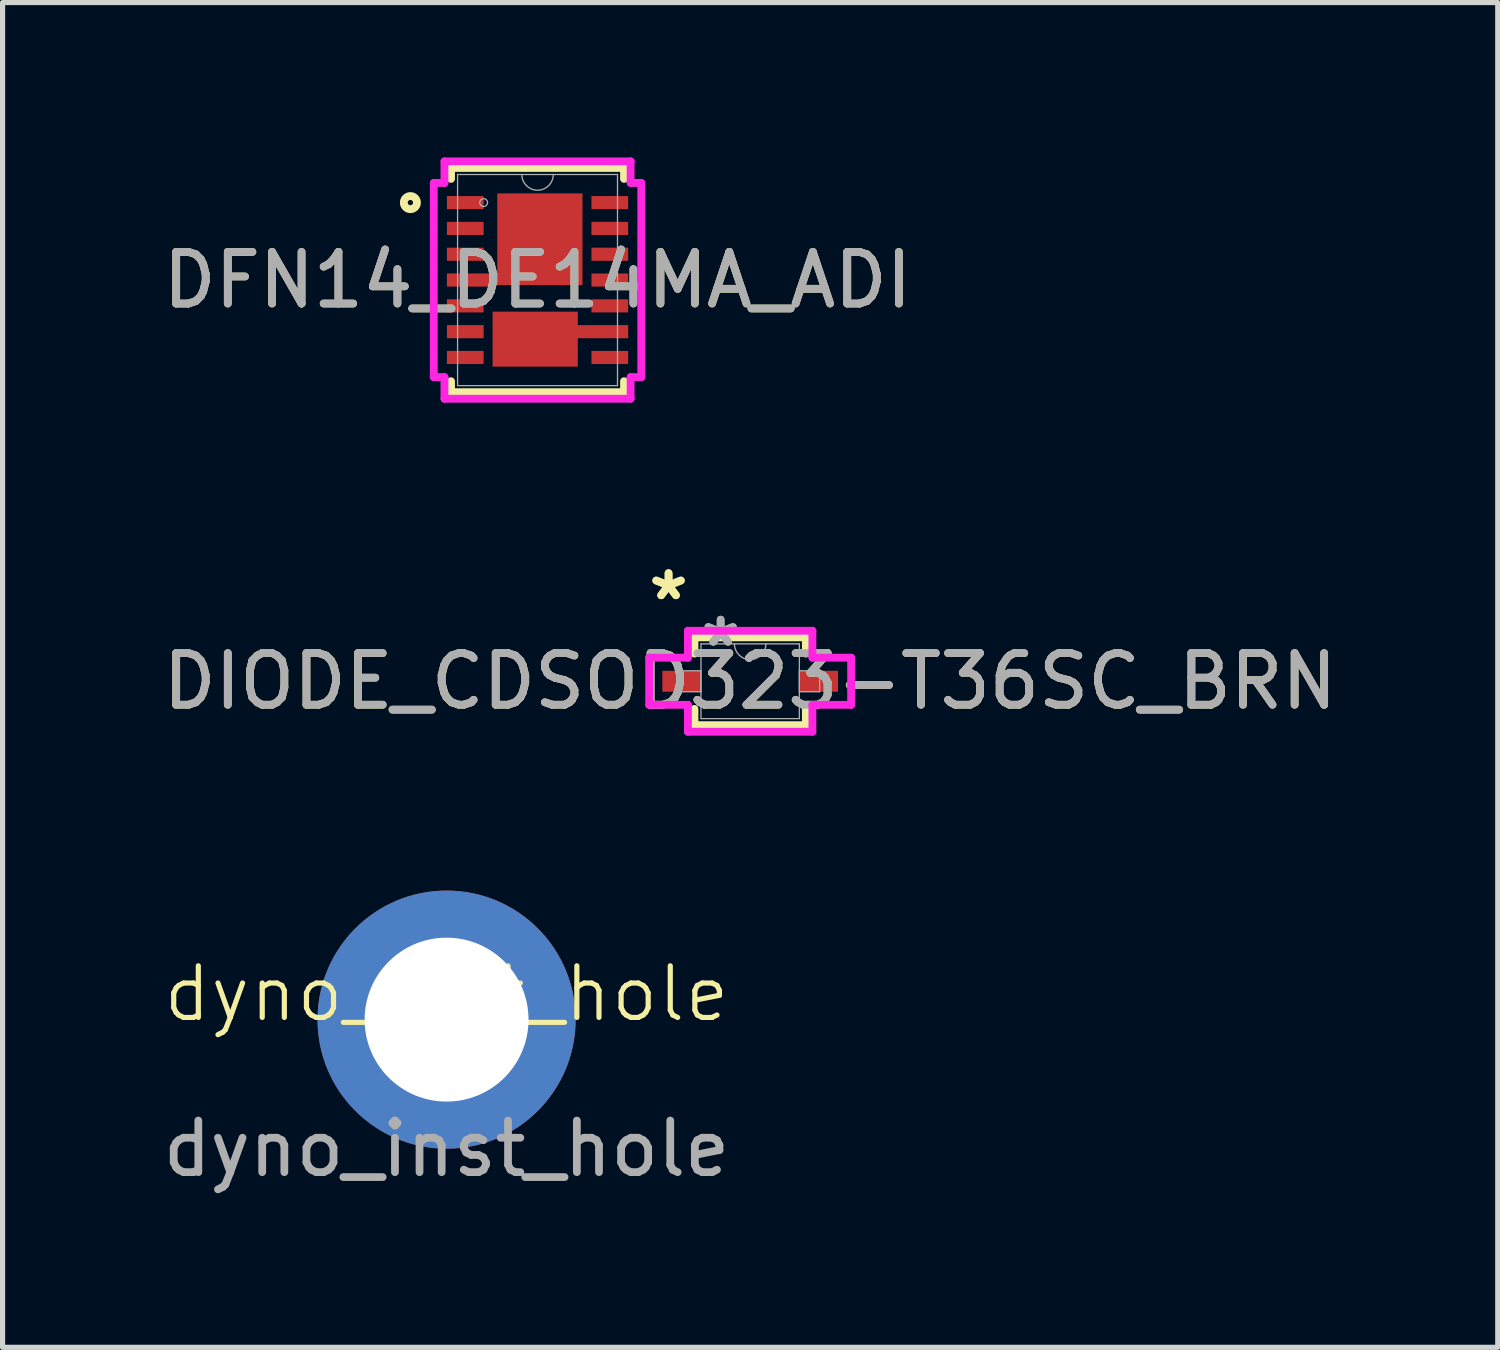
<source format=kicad_pcb>
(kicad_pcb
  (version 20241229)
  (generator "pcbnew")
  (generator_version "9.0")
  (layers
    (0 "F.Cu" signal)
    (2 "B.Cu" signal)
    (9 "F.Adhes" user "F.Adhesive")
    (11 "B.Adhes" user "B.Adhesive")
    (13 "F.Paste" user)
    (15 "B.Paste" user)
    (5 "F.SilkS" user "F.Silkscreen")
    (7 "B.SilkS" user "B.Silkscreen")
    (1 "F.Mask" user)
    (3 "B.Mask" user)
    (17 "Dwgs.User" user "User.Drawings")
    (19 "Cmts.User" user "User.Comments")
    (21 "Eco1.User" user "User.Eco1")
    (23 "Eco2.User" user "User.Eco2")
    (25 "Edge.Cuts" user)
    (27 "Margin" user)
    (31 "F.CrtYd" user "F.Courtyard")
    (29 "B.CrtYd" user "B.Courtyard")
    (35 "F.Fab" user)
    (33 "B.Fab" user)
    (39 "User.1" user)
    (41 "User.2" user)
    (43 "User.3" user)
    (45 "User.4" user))
  (footprint "dyno_inst_hole"
    (layer "F.Cu")
    (at 5.601 16.702)
    (property "Reference" "dyno_inst_hole" (at 0 -0.5 0) (unlocked yes) (layer "F.SilkS") (effects (font (size 1 1) (thickness 0.1))))
    (attr smd)
    (fp_text user "${REFERENCE}" (at 0 2.5 0) (unlocked yes) (layer "F.Fab") (effects (font (size 1 1) (thickness 0.15))))
    (pad "1" thru_hole circle (at 0 0) (size 5 5) (drill 3.175) (layers "*.Cu" "*.Mask")))
  (footprint "DIODE_CDSOD323-T36SC_BRN"
    (layer "F.Cu")
    (at 11.482 10.147)
    (property "Reference" "DIODE_CDSOD323-T36SC_BRN" (at 0 0 0) (unlocked yes) (layer "F.SilkS") (effects (font (size 1 1) (thickness 0.15))))
    (attr smd)
    (fp_line (start -1.079 -0.851) (end -1.079 -0.536) (stroke (width 0.152) (type solid)) (layer "F.SilkS"))
    (fp_line (start -1.079 0.536) (end -1.079 0.851) (stroke (width 0.152) (type solid)) (layer "F.SilkS"))
    (fp_line (start -1.079 0.851) (end 1.079 0.851) (stroke (width 0.152) (type solid)) (layer "F.SilkS"))
    (fp_line (start 1.079 -0.851) (end -1.079 -0.851) (stroke (width 0.152) (type solid)) (layer "F.SilkS"))
    (fp_line (start 1.079 -0.536) (end 1.079 -0.851) (stroke (width 0.152) (type solid)) (layer "F.SilkS"))
    (fp_line (start 1.079 0.851) (end 1.079 0.536) (stroke (width 0.152) (type solid)) (layer "F.SilkS"))
    (fp_line (start -1.956 -0.457) (end -1.206 -0.457) (stroke (width 0.152) (type solid)) (layer "F.CrtYd"))
    (fp_line (start -1.956 0.457) (end -1.956 -0.457) (stroke (width 0.152) (type solid)) (layer "F.CrtYd"))
    (fp_line (start -1.956 0.457) (end -1.206 0.457) (stroke (width 0.152) (type solid)) (layer "F.CrtYd"))
    (fp_line (start -1.206 -0.978) (end 1.206 -0.978) (stroke (width 0.152) (type solid)) (layer "F.CrtYd"))
    (fp_line (start -1.206 -0.457) (end -1.206 -0.978) (stroke (width 0.152) (type solid)) (layer "F.CrtYd"))
    (fp_line (start -1.206 0.978) (end -1.206 0.457) (stroke (width 0.152) (type solid)) (layer "F.CrtYd"))
    (fp_line (start 1.206 -0.978) (end 1.206 -0.457) (stroke (width 0.152) (type solid)) (layer "F.CrtYd"))
    (fp_line (start 1.206 0.457) (end 1.206 0.978) (stroke (width 0.152) (type solid)) (layer "F.CrtYd"))
    (fp_line (start 1.206 0.978) (end -1.206 0.978) (stroke (width 0.152) (type solid)) (layer "F.CrtYd"))
    (fp_line (start 1.956 -0.457) (end 1.206 -0.457) (stroke (width 0.152) (type solid)) (layer "F.CrtYd"))
    (fp_line (start 1.956 -0.457) (end 1.956 0.457) (stroke (width 0.152) (type solid)) (layer "F.CrtYd"))
    (fp_line (start 1.956 0.457) (end 1.206 0.457) (stroke (width 0.152) (type solid)) (layer "F.CrtYd"))
    (fp_line (start -1.346 -0.203) (end -1.346 0.203) (stroke (width 0.025) (type solid)) (layer "F.Fab"))
    (fp_line (start -1.346 0.203) (end -0.953 0.203) (stroke (width 0.025) (type solid)) (layer "F.Fab"))
    (fp_line (start -0.953 -0.724) (end -0.953 0.724) (stroke (width 0.025) (type solid)) (layer "F.Fab"))
    (fp_line (start -0.953 -0.203) (end -1.346 -0.203) (stroke (width 0.025) (type solid)) (layer "F.Fab"))
    (fp_line (start -0.953 0.203) (end -0.953 -0.203) (stroke (width 0.025) (type solid)) (layer "F.Fab"))
    (fp_line (start -0.953 0.724) (end 0.953 0.724) (stroke (width 0.025) (type solid)) (layer "F.Fab"))
    (fp_line (start 0.953 -0.724) (end -0.953 -0.724) (stroke (width 0.025) (type solid)) (layer "F.Fab"))
    (fp_line (start 0.953 -0.203) (end 0.953 0.203) (stroke (width 0.025) (type solid)) (layer "F.Fab"))
    (fp_line (start 0.953 0.203) (end 1.346 0.203) (stroke (width 0.025) (type solid)) (layer "F.Fab"))
    (fp_line (start 0.953 0.724) (end 0.953 -0.724) (stroke (width 0.025) (type solid)) (layer "F.Fab"))
    (fp_line (start 1.346 -0.203) (end 0.953 -0.203) (stroke (width 0.025) (type solid)) (layer "F.Fab"))
    (fp_line (start 1.346 0.203) (end 1.346 -0.203) (stroke (width 0.025) (type solid)) (layer "F.Fab"))
    (fp_arc (start 0.3048 -0.7239) (mid 0 -0.4191) (end -0.3048 -0.7239) (stroke (width 0.0254) (type solid)) (layer "F.Fab"))
    (fp_text user "*" (at -1.581 -1.549 0) (layer "F.SilkS") (effects (font (size 1 1) (thickness 0.15))))
    (fp_text user "*" (at -1.581 -1.549 0) (unlocked yes) (layer "F.SilkS") (effects (font (size 1 1) (thickness 0.15))))
    (fp_text user "${REFERENCE}" (at 0 0 0) (unlocked yes) (layer "F.Fab") (effects (font (size 1 1) (thickness 0.15))))
    (fp_text user "*" (at -0.572 -0.648 0) (unlocked yes) (layer "F.Fab") (effects (font (size 1 1) (thickness 0.15))))
    (fp_text user "*" (at -0.572 -0.648 0) (layer "F.Fab") (effects (font (size 1 1) (thickness 0.15))))
    (pad "1" smd rect (at -1.327 0) (size 0.749 0.406) (layers "F.Cu" "F.Mask" "F.Paste"))
    (pad "2" smd rect (at 1.327 0) (size 0.749 0.406) (layers "F.Cu" "F.Mask" "F.Paste")))
  (footprint "DFN14_DE14MA_ADI"
    (layer "F.Cu")
    (at 7.363 2.375)
    (property "Reference" "DFN14_DE14MA_ADI" (at 0 0 0) (unlocked yes) (layer "F.SilkS") (effects (font (size 1 1) (thickness 0.15))))
    (attr smd)
    (fp_poly (pts (xy -0.78 -1.679) (xy -0.78 -0.127) (xy -1.756 -0.127) (xy -1.756 0.127) (xy -0.892 0.127) (xy -0.78 0.099) (xy 0.871 0.099) (xy 0.871 -1.679)) (stroke (width 0) (type solid)) (fill yes) (layer "F.Cu"))
    (fp_poly (pts (xy 1.756 0.873) (xy 0.78 0.873) (xy 0.78 0.612) (xy -0.871 0.612) (xy -0.871 1.678) (xy 0.78 1.678) (xy 0.78 1.127) (xy 1.756 1.127)) (stroke (width 0) (type solid)) (fill yes) (layer "F.Cu"))
    (fp_poly (pts (xy -0.78 -1.679) (xy -0.78 -0.127) (xy -1.756 -0.127) (xy -1.756 0.127) (xy -0.892 0.127) (xy -0.78 0.099) (xy 0.871 0.099) (xy 0.871 -1.679)) (stroke (width 0) (type solid)) (fill yes) (layer "F.Mask"))
    (fp_poly (pts (xy 1.756 0.873) (xy 0.78 0.873) (xy 0.78 0.612) (xy -0.871 0.612) (xy -0.871 1.678) (xy 0.78 1.678) (xy 0.78 1.127) (xy 1.756 1.127)) (stroke (width 0) (type solid)) (fill yes) (layer "F.Mask"))
    (fp_line (start -1.676 -2.172) (end -1.676 -1.96) (stroke (width 0.152) (type solid)) (layer "F.SilkS"))
    (fp_line (start -1.676 1.96) (end -1.676 2.172) (stroke (width 0.152) (type solid)) (layer "F.SilkS"))
    (fp_line (start -1.676 2.172) (end 1.676 2.172) (stroke (width 0.152) (type solid)) (layer "F.SilkS"))
    (fp_line (start 1.676 -2.172) (end -1.676 -2.172) (stroke (width 0.152) (type solid)) (layer "F.SilkS"))
    (fp_line (start 1.676 -1.96) (end 1.676 -2.172) (stroke (width 0.152) (type solid)) (layer "F.SilkS"))
    (fp_line (start 1.676 2.172) (end 1.676 1.96) (stroke (width 0.152) (type solid)) (layer "F.SilkS"))
    (fp_circle (center -2.463 -1.5) (end -2.336 -1.5) (stroke (width 0.152) (type solid)) (fill no) (layer "F.SilkS"))
    (fp_poly (pts (xy -0.78 -1.679) (xy -0.78 -0.127) (xy -1.756 -0.127) (xy -1.756 0.127) (xy -0.892 0.127) (xy -0.78 0.099) (xy 0.871 0.099) (xy 0.871 -1.679)) (stroke (width 0) (type solid)) (fill yes) (layer "F.Paste"))
    (fp_poly (pts (xy 1.756 0.873) (xy 0.78 0.873) (xy 0.78 0.612) (xy -0.871 0.612) (xy -0.871 1.678) (xy 0.78 1.678) (xy 0.78 1.127) (xy 1.756 1.127)) (stroke (width 0) (type solid)) (fill yes) (layer "F.Paste"))
    (fp_line (start -2.01 -1.881) (end -1.803 -1.881) (stroke (width 0.152) (type solid)) (layer "F.CrtYd"))
    (fp_line (start -2.01 1.881) (end -2.01 -1.881) (stroke (width 0.152) (type solid)) (layer "F.CrtYd"))
    (fp_line (start -2.01 1.881) (end -1.803 1.881) (stroke (width 0.152) (type solid)) (layer "F.CrtYd"))
    (fp_line (start -1.803 -2.299) (end 1.803 -2.299) (stroke (width 0.152) (type solid)) (layer "F.CrtYd"))
    (fp_line (start -1.803 -1.881) (end -1.803 -2.299) (stroke (width 0.152) (type solid)) (layer "F.CrtYd"))
    (fp_line (start -1.803 2.299) (end -1.803 1.881) (stroke (width 0.152) (type solid)) (layer "F.CrtYd"))
    (fp_line (start 1.803 -2.299) (end 1.803 -1.881) (stroke (width 0.152) (type solid)) (layer "F.CrtYd"))
    (fp_line (start 1.803 1.881) (end 1.803 2.299) (stroke (width 0.152) (type solid)) (layer "F.CrtYd"))
    (fp_line (start 1.803 2.299) (end -1.803 2.299) (stroke (width 0.152) (type solid)) (layer "F.CrtYd"))
    (fp_line (start 2.01 -1.881) (end 1.803 -1.881) (stroke (width 0.152) (type solid)) (layer "F.CrtYd"))
    (fp_line (start 2.01 -1.881) (end 2.01 1.881) (stroke (width 0.152) (type solid)) (layer "F.CrtYd"))
    (fp_line (start 2.01 1.881) (end 1.803 1.881) (stroke (width 0.152) (type solid)) (layer "F.CrtYd"))
    (fp_line (start -1.549 -2.045) (end -1.549 2.045) (stroke (width 0.025) (type solid)) (layer "F.Fab"))
    (fp_line (start -1.549 2.045) (end 1.549 2.045) (stroke (width 0.025) (type solid)) (layer "F.Fab"))
    (fp_line (start 1.549 -2.045) (end -1.549 -2.045) (stroke (width 0.025) (type solid)) (layer "F.Fab"))
    (fp_line (start 1.549 2.045) (end 1.549 -2.045) (stroke (width 0.025) (type solid)) (layer "F.Fab"))
    (fp_arc (start 0.3048 -2.0447) (mid 0 -1.7399) (end -0.3048 -2.0447) (stroke (width 0.0254) (type solid)) (layer "F.Fab"))
    (fp_circle (center -1.044 -1.5) (end -0.968 -1.5) (stroke (width 0.025) (type solid)) (fill no) (layer "F.Fab"))
    (fp_text user "${REFERENCE}" (at 0 0 0) (unlocked yes) (layer "F.Fab") (effects (font (size 1 1) (thickness 0.15))))
    (pad "1" smd rect (at -1.4 -1.5) (size 0.711 0.254) (layers "F.Cu" "F.Mask" "F.Paste"))
    (pad "2" smd rect (at -1.4 -1) (size 0.711 0.254) (layers "F.Cu" "F.Mask" "F.Paste"))
    (pad "3" smd rect (at -1.4 -0.5) (size 0.711 0.254) (layers "F.Cu" "F.Mask" "F.Paste"))
    (pad "4" smd rect (at -1.324 0) (size 0.127 0.127) (layers "F.Cu" "F.Mask" "F.Paste"))
    (pad "5" smd rect (at -1.4 0.5) (size 0.711 0.254) (layers "F.Cu" "F.Mask" "F.Paste"))
    (pad "6" smd rect (at -1.4 1) (size 0.711 0.254) (layers "F.Cu" "F.Mask" "F.Paste"))
    (pad "7" smd rect (at -1.4 1.5) (size 0.711 0.254) (layers "F.Cu" "F.Mask" "F.Paste"))
    (pad "8" smd rect (at 1.4 1.5) (size 0.711 0.254) (layers "F.Cu" "F.Mask" "F.Paste"))
    (pad "9" smd rect (at 1.4 1) (size 0.127 0.127) (layers "F.Cu" "F.Mask" "F.Paste"))
    (pad "10" smd rect (at 1.4 0.5) (size 0.711 0.254) (layers "F.Cu" "F.Mask" "F.Paste"))
    (pad "11" smd rect (at 1.4 0) (size 0.711 0.254) (layers "F.Cu" "F.Mask" "F.Paste"))
    (pad "12" smd rect (at 1.4 -0.5) (size 0.711 0.254) (layers "F.Cu" "F.Mask" "F.Paste"))
    (pad "13" smd rect (at 1.4 -1) (size 0.711 0.254) (layers "F.Cu" "F.Mask" "F.Paste"))
    (pad "14" smd rect (at 1.4 -1.5) (size 0.711 0.254) (layers "F.Cu" "F.Mask" "F.Paste"))
    (pad "15" smd rect (at 0.045 -0.79) (size 0.127 0.127) (layers "F.Cu" "F.Mask" "F.Paste"))
    (pad "16" smd rect (at -0.045 1.145) (size 0.127 0.127) (layers "F.Cu" "F.Mask" "F.Paste")))
  (gr_rect
    (start -3 -3)
    (end 25.964 23.05)
    (stroke (width 0.1) (type default))
    (fill no)
    (layer "Edge.Cuts")))
</source>
